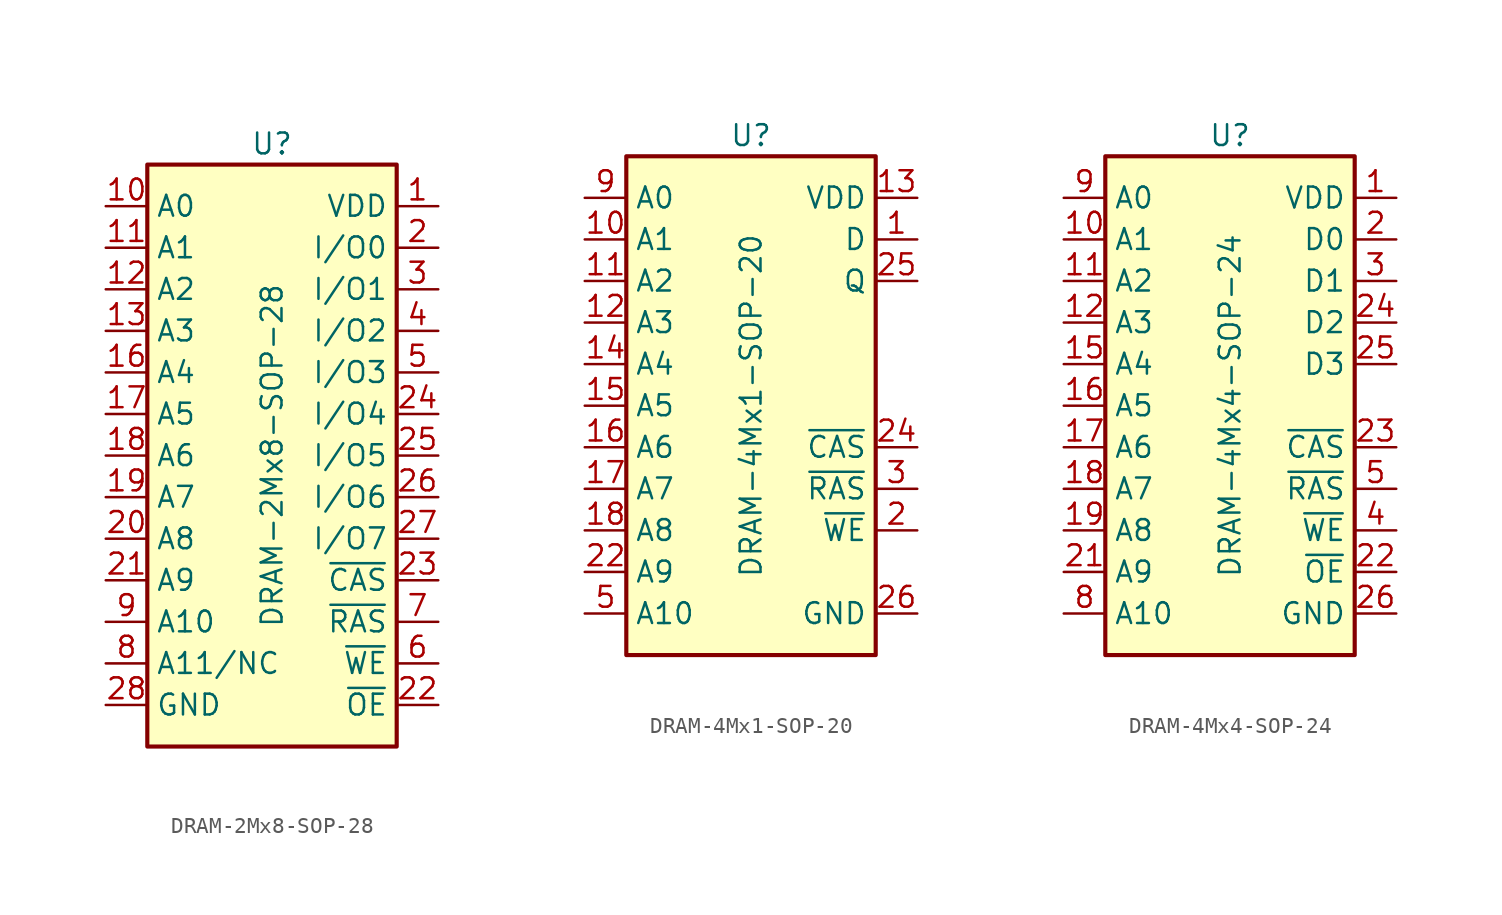
<source format=kicad_sym>
(kicad_symbol_lib
  (version 20231120)
  (generator "kicad_symbol_editor")
  (generator_version "8.0")
  (symbol "DRAM-2Mx8-SOP-28"
    (property "Reference" "U"
      (at 0 19.05 0)
      (effects (font (size 1.27 1.27))))
    (property "Value" "DRAM-2Mx8-SOP-28"
      (at 0 0 90)
      (effects (font (size 1.27 1.27))))
    (symbol "DRAM-2Mx8-SOP-28_0_1"
      (rectangle (start -7.62 17.78) (end 7.62 -17.78) (stroke (width 0.254) (type default)) (fill (type background))))
    (symbol "DRAM-2Mx8-SOP-28_1_1"
      (pin power_in line (at 10.16 15.24 180) (length 2.54) (name "VDD" (effects (font (size 1.27 1.27)))) (number "1" (effects (font (size 1.27 1.27)))))
      (pin input line (at -10.16 15.24 0) (length 2.54) (name "A0" (effects (font (size 1.27 1.27)))) (number "10" (effects (font (size 1.27 1.27)))))
      (pin input line (at -10.16 12.7 0) (length 2.54) (name "A1" (effects (font (size 1.27 1.27)))) (number "11" (effects (font (size 1.27 1.27)))))
      (pin input line (at -10.16 10.16 0) (length 2.54) (name "A2" (effects (font (size 1.27 1.27)))) (number "12" (effects (font (size 1.27 1.27)))))
      (pin input line (at -10.16 7.62 0) (length 2.54) (name "A3" (effects (font (size 1.27 1.27)))) (number "13" (effects (font (size 1.27 1.27)))))
      (pin power_in line (at 10.16 15.24 180) (length 2.54) hide (name "VDD" (effects (font (size 1.27 1.27)))) (number "14" (effects (font (size 1.27 1.27)))))
      (pin power_in line (at -10.16 -15.24 0) (length 2.54) hide (name "GND" (effects (font (size 1.27 1.27)))) (number "15" (effects (font (size 1.27 1.27)))))
      (pin input line (at -10.16 5.08 0) (length 2.54) (name "A4" (effects (font (size 1.27 1.27)))) (number "16" (effects (font (size 1.27 1.27)))))
      (pin input line (at -10.16 2.54 0) (length 2.54) (name "A5" (effects (font (size 1.27 1.27)))) (number "17" (effects (font (size 1.27 1.27)))))
      (pin input line (at -10.16 0 0) (length 2.54) (name "A6" (effects (font (size 1.27 1.27)))) (number "18" (effects (font (size 1.27 1.27)))))
      (pin input line (at -10.16 -2.54 0) (length 2.54) (name "A7" (effects (font (size 1.27 1.27)))) (number "19" (effects (font (size 1.27 1.27)))))
      (pin bidirectional line (at 10.16 12.7 180) (length 2.54) (name "I/O0" (effects (font (size 1.27 1.27)))) (number "2" (effects (font (size 1.27 1.27)))))
      (pin input line (at -10.16 -5.08 0) (length 2.54) (name "A8" (effects (font (size 1.27 1.27)))) (number "20" (effects (font (size 1.27 1.27)))))
      (pin input line (at -10.16 -7.62 0) (length 2.54) (name "A9" (effects (font (size 1.27 1.27)))) (number "21" (effects (font (size 1.27 1.27)))))
      (pin input line (at 10.16 -15.24 180) (length 2.54) (name "~{OE}" (effects (font (size 1.27 1.27)))) (number "22" (effects (font (size 1.27 1.27)))))
      (pin input line (at 10.16 -7.62 180) (length 2.54) (name "~{CAS}" (effects (font (size 1.27 1.27)))) (number "23" (effects (font (size 1.27 1.27)))))
      (pin bidirectional line (at 10.16 2.54 180) (length 2.54) (name "I/O4" (effects (font (size 1.27 1.27)))) (number "24" (effects (font (size 1.27 1.27)))))
      (pin bidirectional line (at 10.16 0 180) (length 2.54) (name "I/O5" (effects (font (size 1.27 1.27)))) (number "25" (effects (font (size 1.27 1.27)))))
      (pin bidirectional line (at 10.16 -2.54 180) (length 2.54) (name "I/O6" (effects (font (size 1.27 1.27)))) (number "26" (effects (font (size 1.27 1.27)))))
      (pin bidirectional line (at 10.16 -5.08 180) (length 2.54) (name "I/O7" (effects (font (size 1.27 1.27)))) (number "27" (effects (font (size 1.27 1.27)))))
      (pin power_in line (at -10.16 -15.24 0) (length 2.54) (name "GND" (effects (font (size 1.27 1.27)))) (number "28" (effects (font (size 1.27 1.27)))))
      (pin bidirectional line (at 10.16 10.16 180) (length 2.54) (name "I/O1" (effects (font (size 1.27 1.27)))) (number "3" (effects (font (size 1.27 1.27)))))
      (pin bidirectional line (at 10.16 7.62 180) (length 2.54) (name "I/O2" (effects (font (size 1.27 1.27)))) (number "4" (effects (font (size 1.27 1.27)))))
      (pin bidirectional line (at 10.16 5.08 180) (length 2.54) (name "I/O3" (effects (font (size 1.27 1.27)))) (number "5" (effects (font (size 1.27 1.27)))))
      (pin input line (at 10.16 -12.7 180) (length 2.54) (name "~{WE}" (effects (font (size 1.27 1.27)))) (number "6" (effects (font (size 1.27 1.27)))))
      (pin input line (at 10.16 -10.16 180) (length 2.54) (name "~{RAS}" (effects (font (size 1.27 1.27)))) (number "7" (effects (font (size 1.27 1.27)))))
      (pin input line (at -10.16 -12.7 0) (length 2.54) (name "A11/NC" (effects (font (size 1.27 1.27)))) (number "8" (effects (font (size 1.27 1.27)))))
      (pin input line (at -10.16 -10.16 0) (length 2.54) (name "A10" (effects (font (size 1.27 1.27)))) (number "9" (effects (font (size 1.27 1.27)))))))
  (symbol "DRAM-4Mx1-SOP-20"
    (property "Reference" "U"
      (at 0 16.51 0)
      (effects (font (size 1.27 1.27))))
    (property "Value" "DRAM-4Mx1-SOP-20"
      (at 0 0 90)
      (effects (font (size 1.27 1.27))))
    (symbol "DRAM-4Mx1-SOP-20_0_1"
      (rectangle (start -7.62 15.24) (end 7.62 -15.24) (stroke (width 0.254) (type default)) (fill (type background))))
    (symbol "DRAM-4Mx1-SOP-20_1_1"
      (pin input line (at 10.16 10.16 180) (length 2.54) (name "D" (effects (font (size 1.27 1.27)))) (number "1" (effects (font (size 1.27 1.27)))))
      (pin input line (at -10.16 10.16 0) (length 2.54) (name "A1" (effects (font (size 1.27 1.27)))) (number "10" (effects (font (size 1.27 1.27)))))
      (pin input line (at -10.16 7.62 0) (length 2.54) (name "A2" (effects (font (size 1.27 1.27)))) (number "11" (effects (font (size 1.27 1.27)))))
      (pin input line (at -10.16 5.08 0) (length 2.54) (name "A3" (effects (font (size 1.27 1.27)))) (number "12" (effects (font (size 1.27 1.27)))))
      (pin power_in line (at 10.16 12.7 180) (length 2.54) (name "VDD" (effects (font (size 1.27 1.27)))) (number "13" (effects (font (size 1.27 1.27)))))
      (pin input line (at -10.16 2.54 0) (length 2.54) (name "A4" (effects (font (size 1.27 1.27)))) (number "14" (effects (font (size 1.27 1.27)))))
      (pin input line (at -10.16 0 0) (length 2.54) (name "A5" (effects (font (size 1.27 1.27)))) (number "15" (effects (font (size 1.27 1.27)))))
      (pin input line (at -10.16 -2.54 0) (length 2.54) (name "A6" (effects (font (size 1.27 1.27)))) (number "16" (effects (font (size 1.27 1.27)))))
      (pin input line (at -10.16 -5.08 0) (length 2.54) (name "A7" (effects (font (size 1.27 1.27)))) (number "17" (effects (font (size 1.27 1.27)))))
      (pin input line (at -10.16 -7.62 0) (length 2.54) (name "A8" (effects (font (size 1.27 1.27)))) (number "18" (effects (font (size 1.27 1.27)))))
      (pin input line (at 10.16 -7.62 180) (length 2.54) (name "~{WE}" (effects (font (size 1.27 1.27)))) (number "2" (effects (font (size 1.27 1.27)))))
      (pin input line (at -10.16 -10.16 0) (length 2.54) (name "A9" (effects (font (size 1.27 1.27)))) (number "22" (effects (font (size 1.27 1.27)))))
      (pin no_connect line (at 10.16 0 180) (length 2.54) hide (name "NC" (effects (font (size 1.27 1.27)))) (number "23" (effects (font (size 1.27 1.27)))))
      (pin input line (at 10.16 -2.54 180) (length 2.54) (name "~{CAS}" (effects (font (size 1.27 1.27)))) (number "24" (effects (font (size 1.27 1.27)))))
      (pin tri_state line (at 10.16 7.62 180) (length 2.54) (name "Q" (effects (font (size 1.27 1.27)))) (number "25" (effects (font (size 1.27 1.27)))))
      (pin power_in line (at 10.16 -12.7 180) (length 2.54) (name "GND" (effects (font (size 1.27 1.27)))) (number "26" (effects (font (size 1.27 1.27)))))
      (pin input line (at 10.16 -5.08 180) (length 2.54) (name "~{RAS}" (effects (font (size 1.27 1.27)))) (number "3" (effects (font (size 1.27 1.27)))))
      (pin no_connect line (at 10.16 1.27 180) (length 2.54) hide (name "NC" (effects (font (size 1.27 1.27)))) (number "4" (effects (font (size 1.27 1.27)))))
      (pin input line (at -10.16 -12.7 0) (length 2.54) (name "A10" (effects (font (size 1.27 1.27)))) (number "5" (effects (font (size 1.27 1.27)))))
      (pin input line (at -10.16 12.7 0) (length 2.54) (name "A0" (effects (font (size 1.27 1.27)))) (number "9" (effects (font (size 1.27 1.27)))))))
  (symbol "DRAM-4Mx4-SOP-24"
    (property "Reference" "U"
      (at 0 16.51 0)
      (effects (font (size 1.27 1.27))))
    (property "Value" "DRAM-4Mx4-SOP-24"
      (at 0 0 90)
      (effects (font (size 1.27 1.27))))
    (symbol "DRAM-4Mx4-SOP-24_0_1"
      (rectangle (start -7.62 15.24) (end 7.62 -15.24) (stroke (width 0.254) (type default)) (fill (type background))))
    (symbol "DRAM-4Mx4-SOP-24_1_1"
      (pin power_in line (at 10.16 12.7 180) (length 2.54) (name "VDD" (effects (font (size 1.27 1.27)))) (number "1" (effects (font (size 1.27 1.27)))))
      (pin input line (at -10.16 10.16 0) (length 2.54) (name "A1" (effects (font (size 1.27 1.27)))) (number "10" (effects (font (size 1.27 1.27)))))
      (pin input line (at -10.16 7.62 0) (length 2.54) (name "A2" (effects (font (size 1.27 1.27)))) (number "11" (effects (font (size 1.27 1.27)))))
      (pin input line (at -10.16 5.08 0) (length 2.54) (name "A3" (effects (font (size 1.27 1.27)))) (number "12" (effects (font (size 1.27 1.27)))))
      (pin power_in line (at 10.16 12.7 180) (length 2.54) hide (name "VDD" (effects (font (size 1.27 1.27)))) (number "13" (effects (font (size 1.27 1.27)))))
      (pin power_in line (at 10.16 -12.7 180) (length 2.54) hide (name "GND" (effects (font (size 1.27 1.27)))) (number "14" (effects (font (size 1.27 1.27)))))
      (pin input line (at -10.16 2.54 0) (length 2.54) (name "A4" (effects (font (size 1.27 1.27)))) (number "15" (effects (font (size 1.27 1.27)))))
      (pin input line (at -10.16 0 0) (length 2.54) (name "A5" (effects (font (size 1.27 1.27)))) (number "16" (effects (font (size 1.27 1.27)))))
      (pin input line (at -10.16 -2.54 0) (length 2.54) (name "A6" (effects (font (size 1.27 1.27)))) (number "17" (effects (font (size 1.27 1.27)))))
      (pin input line (at -10.16 -5.08 0) (length 2.54) (name "A7" (effects (font (size 1.27 1.27)))) (number "18" (effects (font (size 1.27 1.27)))))
      (pin input line (at -10.16 -7.62 0) (length 2.54) (name "A8" (effects (font (size 1.27 1.27)))) (number "19" (effects (font (size 1.27 1.27)))))
      (pin bidirectional line (at 10.16 10.16 180) (length 2.54) (name "D0" (effects (font (size 1.27 1.27)))) (number "2" (effects (font (size 1.27 1.27)))))
      (pin no_connect line (at 10.16 0 180) (length 2.54) hide (name "NC" (effects (font (size 1.27 1.27)))) (number "20" (effects (font (size 1.27 1.27)))))
      (pin input line (at -10.16 -10.16 0) (length 2.54) (name "A9" (effects (font (size 1.27 1.27)))) (number "21" (effects (font (size 1.27 1.27)))))
      (pin input line (at 10.16 -10.16 180) (length 2.54) (name "~{OE}" (effects (font (size 1.27 1.27)))) (number "22" (effects (font (size 1.27 1.27)))))
      (pin input line (at 10.16 -2.54 180) (length 2.54) (name "~{CAS}" (effects (font (size 1.27 1.27)))) (number "23" (effects (font (size 1.27 1.27)))))
      (pin bidirectional line (at 10.16 5.08 180) (length 2.54) (name "D2" (effects (font (size 1.27 1.27)))) (number "24" (effects (font (size 1.27 1.27)))))
      (pin bidirectional line (at 10.16 2.54 180) (length 2.54) (name "D3" (effects (font (size 1.27 1.27)))) (number "25" (effects (font (size 1.27 1.27)))))
      (pin power_in line (at 10.16 -12.7 180) (length 2.54) (name "GND" (effects (font (size 1.27 1.27)))) (number "26" (effects (font (size 1.27 1.27)))))
      (pin bidirectional line (at 10.16 7.62 180) (length 2.54) (name "D1" (effects (font (size 1.27 1.27)))) (number "3" (effects (font (size 1.27 1.27)))))
      (pin input line (at 10.16 -7.62 180) (length 2.54) (name "~{WE}" (effects (font (size 1.27 1.27)))) (number "4" (effects (font (size 1.27 1.27)))))
      (pin input line (at 10.16 -5.08 180) (length 2.54) (name "~{RAS}" (effects (font (size 1.27 1.27)))) (number "5" (effects (font (size 1.27 1.27)))))
      (pin no_connect line (at 10.16 0 180) (length 2.54) hide (name "NC" (effects (font (size 1.27 1.27)))) (number "7" (effects (font (size 1.27 1.27)))))
      (pin input line (at -10.16 -12.7 0) (length 2.54) (name "A10" (effects (font (size 1.27 1.27)))) (number "8" (effects (font (size 1.27 1.27)))))
      (pin input line (at -10.16 12.7 0) (length 2.54) (name "A0" (effects (font (size 1.27 1.27)))) (number "9" (effects (font (size 1.27 1.27))))))))
</source>
